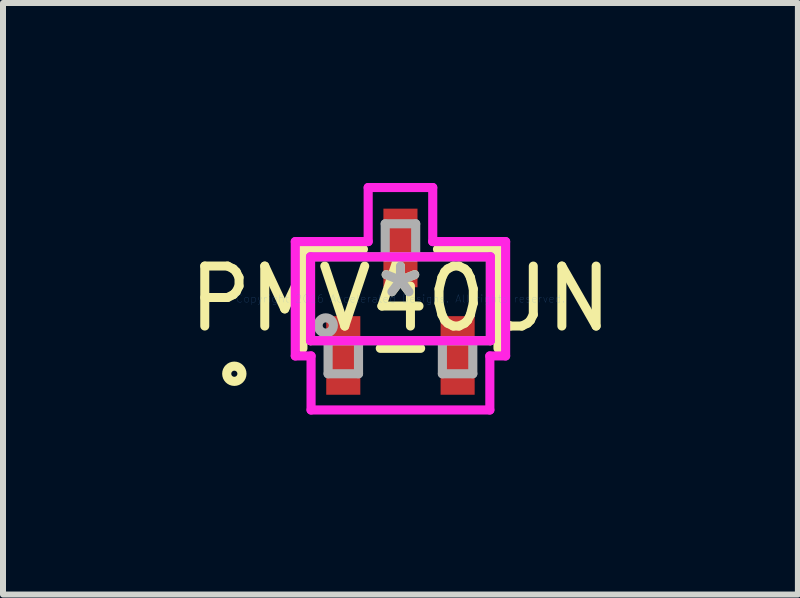
<source format=kicad_pcb>
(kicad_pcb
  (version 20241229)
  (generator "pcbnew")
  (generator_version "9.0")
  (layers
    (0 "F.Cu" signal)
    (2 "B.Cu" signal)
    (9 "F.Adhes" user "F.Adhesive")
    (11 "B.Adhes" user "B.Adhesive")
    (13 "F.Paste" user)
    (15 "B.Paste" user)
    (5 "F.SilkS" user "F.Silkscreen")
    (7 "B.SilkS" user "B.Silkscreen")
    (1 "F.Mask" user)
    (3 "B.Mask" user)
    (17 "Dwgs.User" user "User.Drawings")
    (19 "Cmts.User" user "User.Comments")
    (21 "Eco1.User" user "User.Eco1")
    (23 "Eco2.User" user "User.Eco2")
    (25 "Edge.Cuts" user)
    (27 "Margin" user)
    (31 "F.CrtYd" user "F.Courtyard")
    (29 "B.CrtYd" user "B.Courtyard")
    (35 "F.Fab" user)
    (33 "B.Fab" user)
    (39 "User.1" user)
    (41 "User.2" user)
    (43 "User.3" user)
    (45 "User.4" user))
  (footprint "PMV40UN"
    (layer "F.Cu")
    (at 3.625 1.93)
    (property "Reference" "PMV40UN" (at 0 0 0) (layer "F.SilkS") (effects (font (size 1 1) (thickness 0.15))))
    (attr through_hole)
    (fp_line (start -1.626 -0.826) (end -1.626 0.826) (stroke (width 0.152) (type solid)) (layer "F.SilkS"))
    (fp_line (start -0.617 -0.826) (end -1.626 -0.826) (stroke (width 0.152) (type solid)) (layer "F.SilkS"))
    (fp_line (start -0.336 0.826) (end 0.336 0.826) (stroke (width 0.152) (type solid)) (layer "F.SilkS"))
    (fp_line (start 1.626 -0.826) (end 0.617 -0.826) (stroke (width 0.152) (type solid)) (layer "F.SilkS"))
    (fp_line (start 1.626 0.826) (end 1.626 -0.826) (stroke (width 0.152) (type solid)) (layer "F.SilkS"))
    (fp_circle (center -2.769 1.25) (end -2.642 1.25) (stroke (width 0.152) (type solid)) (fill no) (layer "F.SilkS"))
    (fp_line (start -1.753 -0.953) (end -0.538 -0.953) (stroke (width 0.152) (type solid)) (layer "F.CrtYd"))
    (fp_line (start -1.753 0.953) (end -1.753 -0.953) (stroke (width 0.152) (type solid)) (layer "F.CrtYd"))
    (fp_line (start -1.499 -0.699) (end 1.499 -0.699) (stroke (width 0.152) (type solid)) (layer "F.CrtYd"))
    (fp_line (start -1.499 0.699) (end -1.499 -0.699) (stroke (width 0.152) (type solid)) (layer "F.CrtYd"))
    (fp_line (start -1.49 0.953) (end -1.753 0.953) (stroke (width 0.152) (type solid)) (layer "F.CrtYd"))
    (fp_line (start -1.49 1.854) (end -1.49 0.953) (stroke (width 0.152) (type solid)) (layer "F.CrtYd"))
    (fp_line (start -0.538 -1.854) (end 0.538 -1.854) (stroke (width 0.152) (type solid)) (layer "F.CrtYd"))
    (fp_line (start -0.538 -0.953) (end -0.538 -1.854) (stroke (width 0.152) (type solid)) (layer "F.CrtYd"))
    (fp_line (start 0.538 -1.854) (end 0.538 -0.953) (stroke (width 0.152) (type solid)) (layer "F.CrtYd"))
    (fp_line (start 0.538 -0.953) (end 1.753 -0.953) (stroke (width 0.152) (type solid)) (layer "F.CrtYd"))
    (fp_line (start 1.49 0.953) (end 1.49 1.854) (stroke (width 0.152) (type solid)) (layer "F.CrtYd"))
    (fp_line (start 1.49 1.854) (end -1.49 1.854) (stroke (width 0.152) (type solid)) (layer "F.CrtYd"))
    (fp_line (start 1.499 -0.699) (end 1.499 0.699) (stroke (width 0.152) (type solid)) (layer "F.CrtYd"))
    (fp_line (start 1.499 0.699) (end -1.499 0.699) (stroke (width 0.152) (type solid)) (layer "F.CrtYd"))
    (fp_line (start 1.753 -0.953) (end 1.753 0.953) (stroke (width 0.152) (type solid)) (layer "F.CrtYd"))
    (fp_line (start 1.753 0.953) (end 1.49 0.953) (stroke (width 0.152) (type solid)) (layer "F.CrtYd"))
    (fp_line (start -1.499 -0.699) (end -1.499 0.699) (stroke (width 0.152) (type solid)) (layer "F.Fab"))
    (fp_line (start -1.499 0.699) (end 1.499 0.699) (stroke (width 0.152) (type solid)) (layer "F.Fab"))
    (fp_line (start -1.206 0.699) (end -1.206 1.25) (stroke (width 0.152) (type solid)) (layer "F.Fab"))
    (fp_line (start -1.206 1.25) (end -0.699 1.25) (stroke (width 0.152) (type solid)) (layer "F.Fab"))
    (fp_line (start -0.699 0.699) (end -1.206 0.699) (stroke (width 0.152) (type solid)) (layer "F.Fab"))
    (fp_line (start -0.699 1.25) (end -0.699 0.699) (stroke (width 0.152) (type solid)) (layer "F.Fab"))
    (fp_line (start -0.254 -1.25) (end -0.254 -0.699) (stroke (width 0.152) (type solid)) (layer "F.Fab"))
    (fp_line (start -0.254 -0.699) (end 0.254 -0.699) (stroke (width 0.152) (type solid)) (layer "F.Fab"))
    (fp_line (start 0.254 -1.25) (end -0.254 -1.25) (stroke (width 0.152) (type solid)) (layer "F.Fab"))
    (fp_line (start 0.254 -0.699) (end 0.254 -1.25) (stroke (width 0.152) (type solid)) (layer "F.Fab"))
    (fp_line (start 0.699 0.699) (end 0.699 1.25) (stroke (width 0.152) (type solid)) (layer "F.Fab"))
    (fp_line (start 0.699 1.25) (end 1.206 1.25) (stroke (width 0.152) (type solid)) (layer "F.Fab"))
    (fp_line (start 1.206 0.699) (end 0.699 0.699) (stroke (width 0.152) (type solid)) (layer "F.Fab"))
    (fp_line (start 1.206 1.25) (end 1.206 0.699) (stroke (width 0.152) (type solid)) (layer "F.Fab"))
    (fp_line (start 1.499 -0.699) (end -1.499 -0.699) (stroke (width 0.152) (type solid)) (layer "F.Fab"))
    (fp_line (start 1.499 0.699) (end 1.499 -0.699) (stroke (width 0.152) (type solid)) (layer "F.Fab"))
    (fp_circle (center -1.245 0.445) (end -1.118 0.445) (stroke (width 0.152) (type solid)) (fill no) (layer "F.Fab"))
    (fp_text user "*" (at 0 0 0) (layer "F.SilkS") (effects (font (size 1 1) (thickness 0.15))))
    (fp_text user "Copyright 2016 Accelerated Designs. All rights reserved." (at 0 0 0) (layer "Cmts.User") (effects (font (size 0.127 0.127) (thickness 0.002))))
    (fp_text user "*" (at 0 0 0) (layer "F.Fab") (effects (font (size 1 1) (thickness 0.15))))
    (pad "1" smd rect (at -0.953 0.945) (size 0.568 1.31) (layers "F.Cu" "F.Mask" "F.Paste"))
    (pad "2" smd rect (at 0.953 0.945) (size 0.568 1.31) (layers "F.Cu" "F.Mask" "F.Paste"))
    (pad "3" smd rect (at 0 -0.847) (size 0.568 1.31) (layers "F.Cu" "F.Mask" "F.Paste")))
  (gr_rect
    (start -3 -3)
    (end 10.25 6.86)
    (stroke (width 0.1) (type default))
    (fill no)
    (layer "Edge.Cuts")))
</source>
